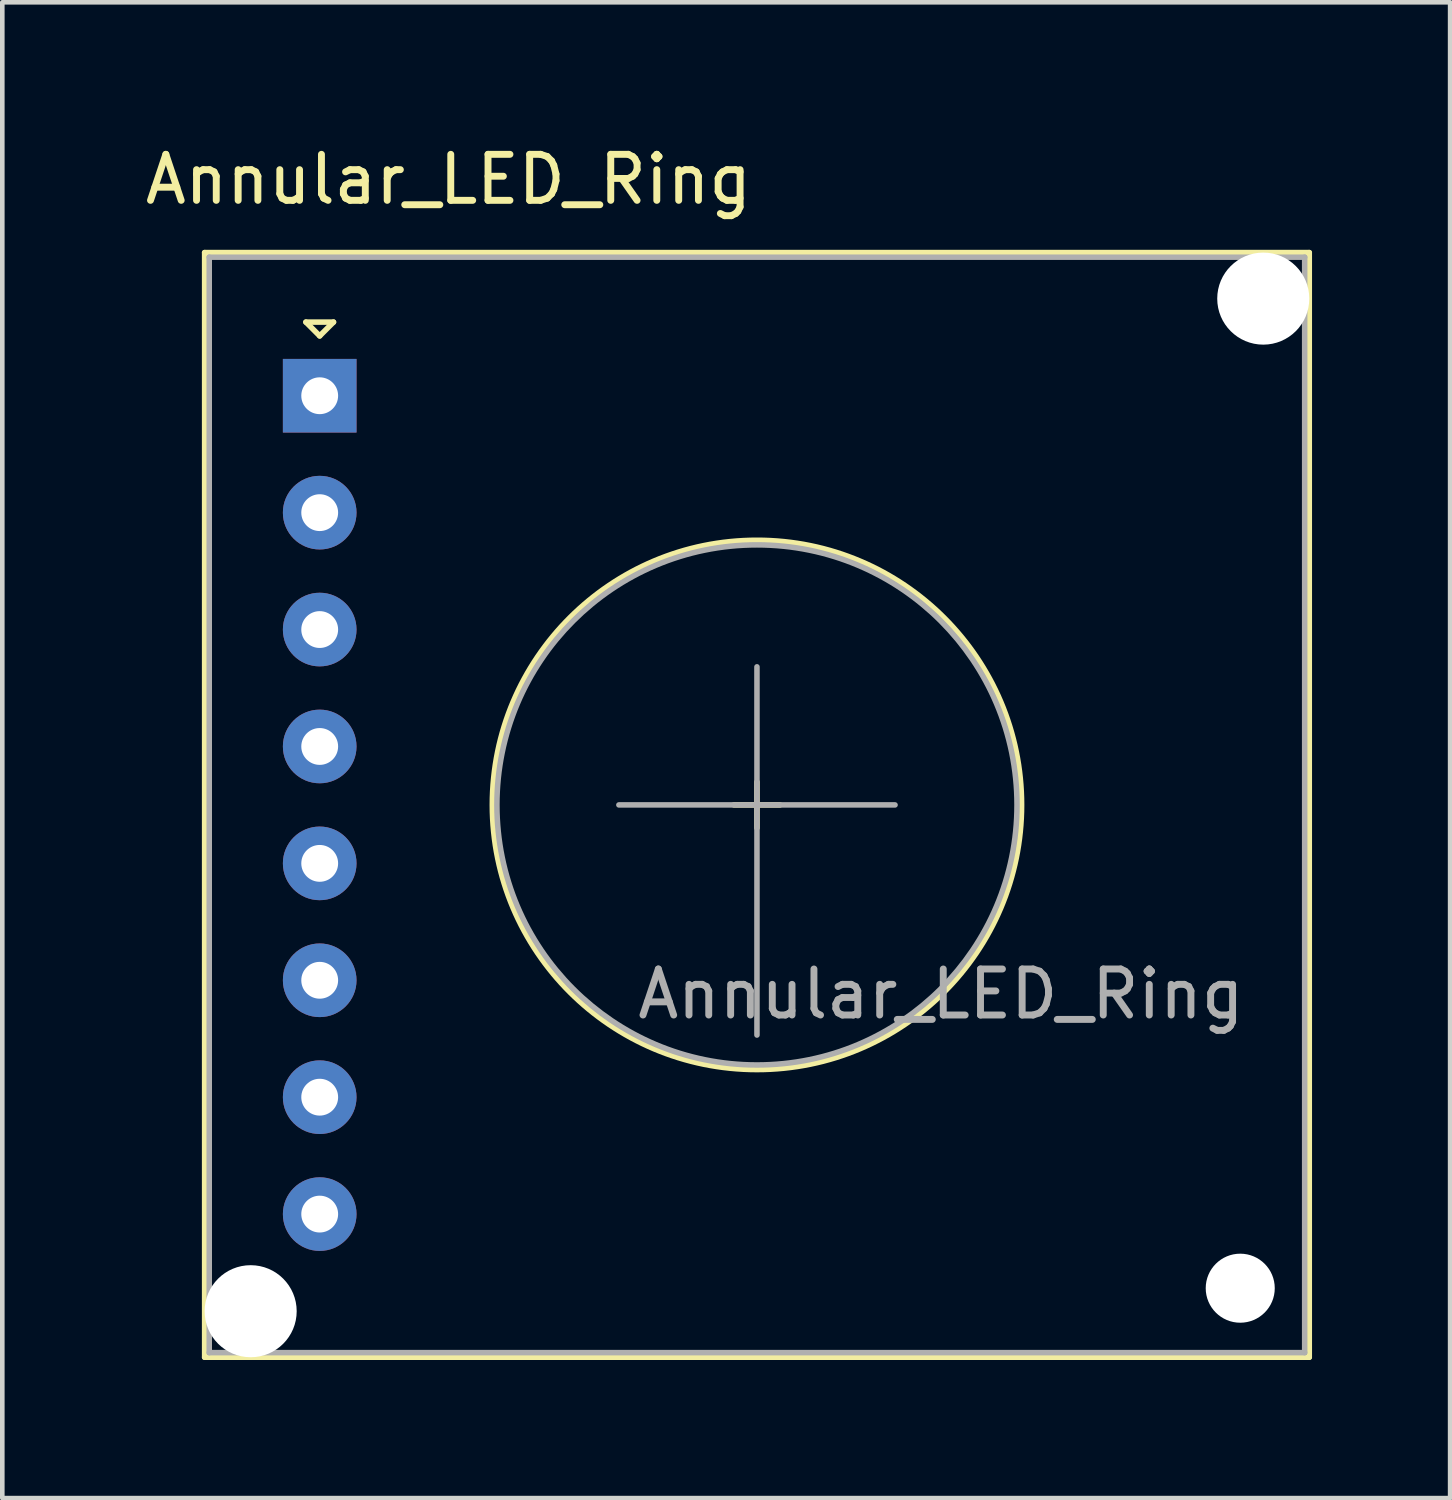
<source format=kicad_pcb>
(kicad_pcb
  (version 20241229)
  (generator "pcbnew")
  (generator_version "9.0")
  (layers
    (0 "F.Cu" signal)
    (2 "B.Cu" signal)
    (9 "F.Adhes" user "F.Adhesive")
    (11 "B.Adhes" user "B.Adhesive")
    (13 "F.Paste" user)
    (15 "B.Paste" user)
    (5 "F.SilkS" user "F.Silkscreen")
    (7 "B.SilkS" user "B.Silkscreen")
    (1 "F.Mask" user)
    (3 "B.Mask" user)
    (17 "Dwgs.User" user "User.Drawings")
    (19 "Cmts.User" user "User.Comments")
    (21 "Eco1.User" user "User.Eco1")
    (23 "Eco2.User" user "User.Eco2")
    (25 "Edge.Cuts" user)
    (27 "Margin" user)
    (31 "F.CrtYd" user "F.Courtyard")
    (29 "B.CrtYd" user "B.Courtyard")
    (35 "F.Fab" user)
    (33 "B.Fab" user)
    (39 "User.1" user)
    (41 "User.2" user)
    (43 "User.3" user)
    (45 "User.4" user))
  (footprint "Annular_LED_Ring"
    (layer "F.Cu")
    (at 3.896 5.548)
    (property "Reference" "Annular_LED_Ring" (at 2.8 -4.7 0) (layer "F.SilkS") (effects (font (size 1 1) (thickness 0.15))))
    (attr through_hole)
    (fp_line (start -2.5 -3.11) (end 21.5 -3.11) (stroke (width 0.12) (type solid)) (layer "F.SilkS"))
    (fp_line (start -2.5 20.89) (end -2.5 -3.11) (stroke (width 0.12) (type solid)) (layer "F.SilkS"))
    (fp_line (start -0.3 -1.6) (end 0.3 -1.6) (stroke (width 0.12) (type solid)) (layer "F.SilkS"))
    (fp_line (start 0 -1.3) (end -0.3 -1.6) (stroke (width 0.12) (type solid)) (layer "F.SilkS"))
    (fp_line (start 0.3 -1.6) (end 0 -1.3) (stroke (width 0.12) (type solid)) (layer "F.SilkS"))
    (fp_line (start 9 8.89) (end 10 8.89) (stroke (width 0.12) (type solid)) (layer "F.SilkS"))
    (fp_line (start 9.5 8.39) (end 9.5 9.39) (stroke (width 0.12) (type solid)) (layer "F.SilkS"))
    (fp_line (start 21.5 -3.11) (end 21.5 20.89) (stroke (width 0.12) (type solid)) (layer "F.SilkS"))
    (fp_line (start 21.5 20.89) (end -2.5 20.89) (stroke (width 0.12) (type solid)) (layer "F.SilkS"))
    (fp_circle (center 9.5 8.89) (end 15.25 8.89) (stroke (width 0.12) (type solid)) (fill no) (layer "F.SilkS"))
    (fp_line (start -2.4 -3.01) (end 21.4 -3.01) (stroke (width 0.12) (type solid)) (layer "F.Fab"))
    (fp_line (start -2.4 20.79) (end -2.4 -3.01) (stroke (width 0.12) (type solid)) (layer "F.Fab"))
    (fp_line (start 6.5 8.89) (end 12.5 8.89) (stroke (width 0.12) (type solid)) (layer "F.Fab"))
    (fp_line (start 9.5 5.89) (end 9.5 13.89) (stroke (width 0.12) (type solid)) (layer "F.Fab"))
    (fp_line (start 21.4 -3.01) (end 21.4 20.79) (stroke (width 0.12) (type solid)) (layer "F.Fab"))
    (fp_line (start 21.4 20.79) (end -2.4 20.79) (stroke (width 0.12) (type solid)) (layer "F.Fab"))
    (fp_circle (center 9.5 8.89) (end 15.15 8.89) (stroke (width 0.12) (type solid)) (fill no) (layer "F.Fab"))
    (fp_text user "${REFERENCE}" (at 13.5 13 0) (layer "F.Fab") (effects (font (size 1 1) (thickness 0.15))))
    (pad "" np_thru_hole circle (at -1.5 19.89) (size 2 2) (drill 2) (layers "*.Cu" "*.Mask"))
    (pad "" np_thru_hole circle (at 20 19.39) (size 1.5 1.5) (drill 1.5) (layers "*.Cu" "*.Mask"))
    (pad "" np_thru_hole circle (at 20.5 -2.11) (size 2 2) (drill 2) (layers "*.Cu" "*.Mask"))
    (pad "1" thru_hole rect (at 0 0) (size 1.6 1.6) (drill 0.8) (layers "*.Cu" "*.Mask"))
    (pad "2" thru_hole oval (at 0 2.54) (size 1.6 1.6) (drill 0.8) (layers "*.Cu" "*.Mask"))
    (pad "3" thru_hole oval (at 0 5.08) (size 1.6 1.6) (drill 0.8) (layers "*.Cu" "*.Mask"))
    (pad "4" thru_hole oval (at 0 7.62) (size 1.6 1.6) (drill 0.8) (layers "*.Cu" "*.Mask"))
    (pad "5" thru_hole oval (at 0 10.16) (size 1.6 1.6) (drill 0.8) (layers "*.Cu" "*.Mask"))
    (pad "6" thru_hole oval (at 0 12.7) (size 1.6 1.6) (drill 0.8) (layers "*.Cu" "*.Mask"))
    (pad "7" thru_hole oval (at 0 15.24) (size 1.6 1.6) (drill 0.8) (layers "*.Cu" "*.Mask"))
    (pad "8" thru_hole oval (at 0 17.78) (size 1.6 1.6) (drill 0.8) (layers "*.Cu" "*.Mask")))
  (gr_rect
    (start -3 -3)
    (end 28.456 29.498)
    (stroke (width 0.1) (type default))
    (fill no)
    (layer "Edge.Cuts")))
</source>
